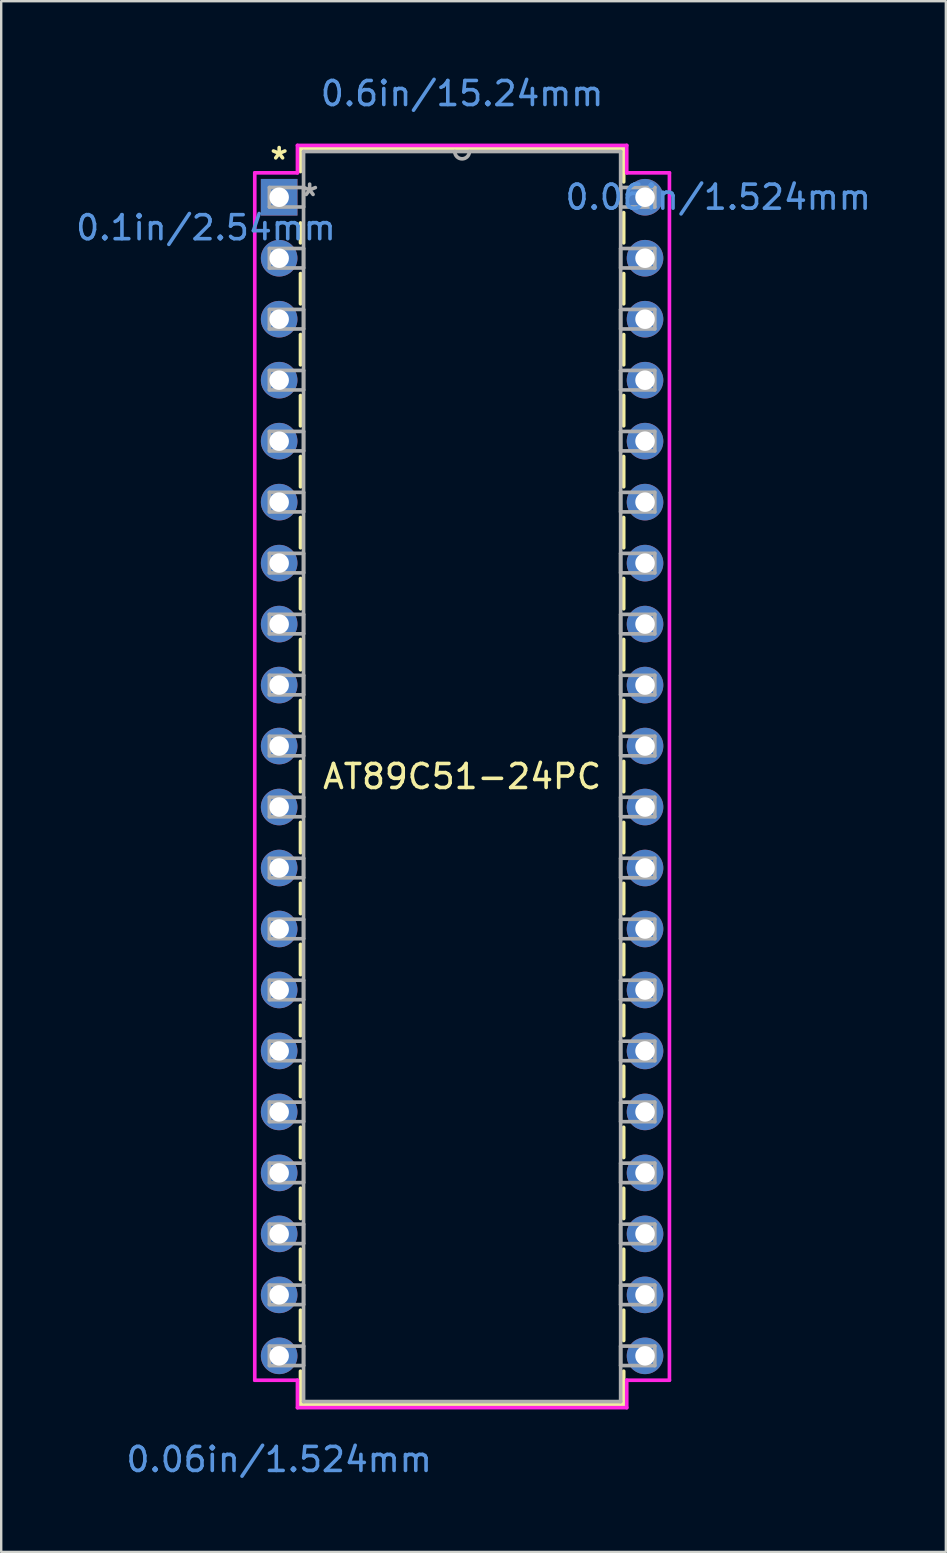
<source format=kicad_pcb>
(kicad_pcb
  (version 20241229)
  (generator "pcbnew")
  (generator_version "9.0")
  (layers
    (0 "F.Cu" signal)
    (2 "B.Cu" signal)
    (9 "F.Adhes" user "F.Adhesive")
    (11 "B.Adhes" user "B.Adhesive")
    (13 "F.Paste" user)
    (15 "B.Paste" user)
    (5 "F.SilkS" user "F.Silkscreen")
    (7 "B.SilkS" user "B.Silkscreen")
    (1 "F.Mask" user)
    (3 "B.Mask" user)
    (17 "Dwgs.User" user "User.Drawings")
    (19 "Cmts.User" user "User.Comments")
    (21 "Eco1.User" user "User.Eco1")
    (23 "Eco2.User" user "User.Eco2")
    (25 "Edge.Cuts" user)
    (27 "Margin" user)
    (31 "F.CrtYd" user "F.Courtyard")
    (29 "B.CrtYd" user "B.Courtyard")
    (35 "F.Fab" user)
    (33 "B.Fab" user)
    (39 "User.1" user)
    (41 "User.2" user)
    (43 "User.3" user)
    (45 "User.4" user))
  (footprint "AT89C51-24PC"
    (layer "F.Cu")
    (at 8.578 5.166)
    (property "Reference" "AT89C51-24PC" (at 7.62 24.13 0) (layer "F.SilkS") (effects (font (size 1 1) (thickness 0.15))))
    (attr through_hole)
    (fp_line (start 0.889 -2.032) (end 0.889 -1.07) (stroke (width 0.152) (type solid)) (layer "F.SilkS"))
    (fp_line (start 0.889 1.07) (end 0.889 1.901) (stroke (width 0.152) (type solid)) (layer "F.SilkS"))
    (fp_line (start 0.889 3.179) (end 0.889 4.441) (stroke (width 0.152) (type solid)) (layer "F.SilkS"))
    (fp_line (start 0.889 5.719) (end 0.889 6.981) (stroke (width 0.152) (type solid)) (layer "F.SilkS"))
    (fp_line (start 0.889 8.259) (end 0.889 9.521) (stroke (width 0.152) (type solid)) (layer "F.SilkS"))
    (fp_line (start 0.889 10.799) (end 0.889 12.061) (stroke (width 0.152) (type solid)) (layer "F.SilkS"))
    (fp_line (start 0.889 13.339) (end 0.889 14.601) (stroke (width 0.152) (type solid)) (layer "F.SilkS"))
    (fp_line (start 0.889 15.879) (end 0.889 17.141) (stroke (width 0.152) (type solid)) (layer "F.SilkS"))
    (fp_line (start 0.889 18.419) (end 0.889 19.681) (stroke (width 0.152) (type solid)) (layer "F.SilkS"))
    (fp_line (start 0.889 20.959) (end 0.889 22.221) (stroke (width 0.152) (type solid)) (layer "F.SilkS"))
    (fp_line (start 0.889 23.499) (end 0.889 24.761) (stroke (width 0.152) (type solid)) (layer "F.SilkS"))
    (fp_line (start 0.889 26.039) (end 0.889 27.301) (stroke (width 0.152) (type solid)) (layer "F.SilkS"))
    (fp_line (start 0.889 28.579) (end 0.889 29.841) (stroke (width 0.152) (type solid)) (layer "F.SilkS"))
    (fp_line (start 0.889 31.119) (end 0.889 32.381) (stroke (width 0.152) (type solid)) (layer "F.SilkS"))
    (fp_line (start 0.889 33.659) (end 0.889 34.921) (stroke (width 0.152) (type solid)) (layer "F.SilkS"))
    (fp_line (start 0.889 36.199) (end 0.889 37.461) (stroke (width 0.152) (type solid)) (layer "F.SilkS"))
    (fp_line (start 0.889 38.739) (end 0.889 40.001) (stroke (width 0.152) (type solid)) (layer "F.SilkS"))
    (fp_line (start 0.889 41.279) (end 0.889 42.541) (stroke (width 0.152) (type solid)) (layer "F.SilkS"))
    (fp_line (start 0.889 43.819) (end 0.889 45.081) (stroke (width 0.152) (type solid)) (layer "F.SilkS"))
    (fp_line (start 0.889 46.359) (end 0.889 47.621) (stroke (width 0.152) (type solid)) (layer "F.SilkS"))
    (fp_line (start 0.889 48.899) (end 0.889 50.292) (stroke (width 0.152) (type solid)) (layer "F.SilkS"))
    (fp_line (start 0.889 50.292) (end 14.351 50.292) (stroke (width 0.152) (type solid)) (layer "F.SilkS"))
    (fp_line (start 14.351 -2.032) (end 0.889 -2.032) (stroke (width 0.152) (type solid)) (layer "F.SilkS"))
    (fp_line (start 14.351 -0.639) (end 14.351 -2.032) (stroke (width 0.152) (type solid)) (layer "F.SilkS"))
    (fp_line (start 14.351 1.901) (end 14.351 0.639) (stroke (width 0.152) (type solid)) (layer "F.SilkS"))
    (fp_line (start 14.351 4.441) (end 14.351 3.179) (stroke (width 0.152) (type solid)) (layer "F.SilkS"))
    (fp_line (start 14.351 6.981) (end 14.351 5.719) (stroke (width 0.152) (type solid)) (layer "F.SilkS"))
    (fp_line (start 14.351 9.521) (end 14.351 8.259) (stroke (width 0.152) (type solid)) (layer "F.SilkS"))
    (fp_line (start 14.351 12.061) (end 14.351 10.799) (stroke (width 0.152) (type solid)) (layer "F.SilkS"))
    (fp_line (start 14.351 14.601) (end 14.351 13.339) (stroke (width 0.152) (type solid)) (layer "F.SilkS"))
    (fp_line (start 14.351 17.141) (end 14.351 15.879) (stroke (width 0.152) (type solid)) (layer "F.SilkS"))
    (fp_line (start 14.351 19.681) (end 14.351 18.419) (stroke (width 0.152) (type solid)) (layer "F.SilkS"))
    (fp_line (start 14.351 22.221) (end 14.351 20.959) (stroke (width 0.152) (type solid)) (layer "F.SilkS"))
    (fp_line (start 14.351 24.761) (end 14.351 23.499) (stroke (width 0.152) (type solid)) (layer "F.SilkS"))
    (fp_line (start 14.351 27.301) (end 14.351 26.039) (stroke (width 0.152) (type solid)) (layer "F.SilkS"))
    (fp_line (start 14.351 29.841) (end 14.351 28.579) (stroke (width 0.152) (type solid)) (layer "F.SilkS"))
    (fp_line (start 14.351 32.381) (end 14.351 31.119) (stroke (width 0.152) (type solid)) (layer "F.SilkS"))
    (fp_line (start 14.351 34.921) (end 14.351 33.659) (stroke (width 0.152) (type solid)) (layer "F.SilkS"))
    (fp_line (start 14.351 37.461) (end 14.351 36.199) (stroke (width 0.152) (type solid)) (layer "F.SilkS"))
    (fp_line (start 14.351 40.001) (end 14.351 38.739) (stroke (width 0.152) (type solid)) (layer "F.SilkS"))
    (fp_line (start 14.351 42.541) (end 14.351 41.279) (stroke (width 0.152) (type solid)) (layer "F.SilkS"))
    (fp_line (start 14.351 45.081) (end 14.351 43.819) (stroke (width 0.152) (type solid)) (layer "F.SilkS"))
    (fp_line (start 14.351 47.621) (end 14.351 46.359) (stroke (width 0.152) (type solid)) (layer "F.SilkS"))
    (fp_line (start 14.351 50.292) (end 14.351 48.899) (stroke (width 0.152) (type solid)) (layer "F.SilkS"))
    (fp_line (start -1.016 -1.016) (end 0.762 -1.016) (stroke (width 0.152) (type solid)) (layer "F.CrtYd"))
    (fp_line (start -1.016 49.276) (end -1.016 -1.016) (stroke (width 0.152) (type solid)) (layer "F.CrtYd"))
    (fp_line (start 0.762 -2.159) (end 14.478 -2.159) (stroke (width 0.152) (type solid)) (layer "F.CrtYd"))
    (fp_line (start 0.762 -1.016) (end 0.762 -2.159) (stroke (width 0.152) (type solid)) (layer "F.CrtYd"))
    (fp_line (start 0.762 49.276) (end -1.016 49.276) (stroke (width 0.152) (type solid)) (layer "F.CrtYd"))
    (fp_line (start 0.762 50.419) (end 0.762 49.276) (stroke (width 0.152) (type solid)) (layer "F.CrtYd"))
    (fp_line (start 14.478 -2.159) (end 14.478 -1.016) (stroke (width 0.152) (type solid)) (layer "F.CrtYd"))
    (fp_line (start 14.478 49.276) (end 14.478 50.419) (stroke (width 0.152) (type solid)) (layer "F.CrtYd"))
    (fp_line (start 14.478 50.419) (end 0.762 50.419) (stroke (width 0.152) (type solid)) (layer "F.CrtYd"))
    (fp_line (start 16.256 -1.016) (end 14.478 -1.016) (stroke (width 0.152) (type solid)) (layer "F.CrtYd"))
    (fp_line (start 16.256 -1.016) (end 16.256 49.276) (stroke (width 0.152) (type solid)) (layer "F.CrtYd"))
    (fp_line (start 16.256 49.276) (end 14.478 49.276) (stroke (width 0.152) (type solid)) (layer "F.CrtYd"))
    (fp_line (start -0.406 -0.406) (end -0.406 0.406) (stroke (width 0.152) (type solid)) (layer "F.Fab"))
    (fp_line (start -0.406 0.406) (end 1.016 0.406) (stroke (width 0.152) (type solid)) (layer "F.Fab"))
    (fp_line (start -0.406 2.134) (end -0.406 2.946) (stroke (width 0.152) (type solid)) (layer "F.Fab"))
    (fp_line (start -0.406 2.946) (end 1.016 2.946) (stroke (width 0.152) (type solid)) (layer "F.Fab"))
    (fp_line (start -0.406 4.674) (end -0.406 5.486) (stroke (width 0.152) (type solid)) (layer "F.Fab"))
    (fp_line (start -0.406 5.486) (end 1.016 5.486) (stroke (width 0.152) (type solid)) (layer "F.Fab"))
    (fp_line (start -0.406 7.214) (end -0.406 8.026) (stroke (width 0.152) (type solid)) (layer "F.Fab"))
    (fp_line (start -0.406 8.026) (end 1.016 8.026) (stroke (width 0.152) (type solid)) (layer "F.Fab"))
    (fp_line (start -0.406 9.754) (end -0.406 10.566) (stroke (width 0.152) (type solid)) (layer "F.Fab"))
    (fp_line (start -0.406 10.566) (end 1.016 10.566) (stroke (width 0.152) (type solid)) (layer "F.Fab"))
    (fp_line (start -0.406 12.294) (end -0.406 13.106) (stroke (width 0.152) (type solid)) (layer "F.Fab"))
    (fp_line (start -0.406 13.106) (end 1.016 13.106) (stroke (width 0.152) (type solid)) (layer "F.Fab"))
    (fp_line (start -0.406 14.834) (end -0.406 15.646) (stroke (width 0.152) (type solid)) (layer "F.Fab"))
    (fp_line (start -0.406 15.646) (end 1.016 15.646) (stroke (width 0.152) (type solid)) (layer "F.Fab"))
    (fp_line (start -0.406 17.374) (end -0.406 18.186) (stroke (width 0.152) (type solid)) (layer "F.Fab"))
    (fp_line (start -0.406 18.186) (end 1.016 18.186) (stroke (width 0.152) (type solid)) (layer "F.Fab"))
    (fp_line (start -0.406 19.914) (end -0.406 20.726) (stroke (width 0.152) (type solid)) (layer "F.Fab"))
    (fp_line (start -0.406 20.726) (end 1.016 20.726) (stroke (width 0.152) (type solid)) (layer "F.Fab"))
    (fp_line (start -0.406 22.454) (end -0.406 23.266) (stroke (width 0.152) (type solid)) (layer "F.Fab"))
    (fp_line (start -0.406 23.266) (end 1.016 23.266) (stroke (width 0.152) (type solid)) (layer "F.Fab"))
    (fp_line (start -0.406 24.994) (end -0.406 25.806) (stroke (width 0.152) (type solid)) (layer "F.Fab"))
    (fp_line (start -0.406 25.806) (end 1.016 25.806) (stroke (width 0.152) (type solid)) (layer "F.Fab"))
    (fp_line (start -0.406 27.534) (end -0.406 28.346) (stroke (width 0.152) (type solid)) (layer "F.Fab"))
    (fp_line (start -0.406 28.346) (end 1.016 28.346) (stroke (width 0.152) (type solid)) (layer "F.Fab"))
    (fp_line (start -0.406 30.074) (end -0.406 30.886) (stroke (width 0.152) (type solid)) (layer "F.Fab"))
    (fp_line (start -0.406 30.886) (end 1.016 30.886) (stroke (width 0.152) (type solid)) (layer "F.Fab"))
    (fp_line (start -0.406 32.614) (end -0.406 33.426) (stroke (width 0.152) (type solid)) (layer "F.Fab"))
    (fp_line (start -0.406 33.426) (end 1.016 33.426) (stroke (width 0.152) (type solid)) (layer "F.Fab"))
    (fp_line (start -0.406 35.154) (end -0.406 35.966) (stroke (width 0.152) (type solid)) (layer "F.Fab"))
    (fp_line (start -0.406 35.966) (end 1.016 35.966) (stroke (width 0.152) (type solid)) (layer "F.Fab"))
    (fp_line (start -0.406 37.694) (end -0.406 38.506) (stroke (width 0.152) (type solid)) (layer "F.Fab"))
    (fp_line (start -0.406 38.506) (end 1.016 38.506) (stroke (width 0.152) (type solid)) (layer "F.Fab"))
    (fp_line (start -0.406 40.234) (end -0.406 41.046) (stroke (width 0.152) (type solid)) (layer "F.Fab"))
    (fp_line (start -0.406 41.046) (end 1.016 41.046) (stroke (width 0.152) (type solid)) (layer "F.Fab"))
    (fp_line (start -0.406 42.774) (end -0.406 43.586) (stroke (width 0.152) (type solid)) (layer "F.Fab"))
    (fp_line (start -0.406 43.586) (end 1.016 43.586) (stroke (width 0.152) (type solid)) (layer "F.Fab"))
    (fp_line (start -0.406 45.314) (end -0.406 46.126) (stroke (width 0.152) (type solid)) (layer "F.Fab"))
    (fp_line (start -0.406 46.126) (end 1.016 46.126) (stroke (width 0.152) (type solid)) (layer "F.Fab"))
    (fp_line (start -0.406 47.854) (end -0.406 48.666) (stroke (width 0.152) (type solid)) (layer "F.Fab"))
    (fp_line (start -0.406 48.666) (end 1.016 48.666) (stroke (width 0.152) (type solid)) (layer "F.Fab"))
    (fp_line (start 1.016 -1.905) (end 1.016 50.165) (stroke (width 0.152) (type solid)) (layer "F.Fab"))
    (fp_line (start 1.016 -0.406) (end -0.406 -0.406) (stroke (width 0.152) (type solid)) (layer "F.Fab"))
    (fp_line (start 1.016 0.406) (end 1.016 -0.406) (stroke (width 0.152) (type solid)) (layer "F.Fab"))
    (fp_line (start 1.016 2.134) (end -0.406 2.134) (stroke (width 0.152) (type solid)) (layer "F.Fab"))
    (fp_line (start 1.016 2.946) (end 1.016 2.134) (stroke (width 0.152) (type solid)) (layer "F.Fab"))
    (fp_line (start 1.016 4.674) (end -0.406 4.674) (stroke (width 0.152) (type solid)) (layer "F.Fab"))
    (fp_line (start 1.016 5.486) (end 1.016 4.674) (stroke (width 0.152) (type solid)) (layer "F.Fab"))
    (fp_line (start 1.016 7.214) (end -0.406 7.214) (stroke (width 0.152) (type solid)) (layer "F.Fab"))
    (fp_line (start 1.016 8.026) (end 1.016 7.214) (stroke (width 0.152) (type solid)) (layer "F.Fab"))
    (fp_line (start 1.016 9.754) (end -0.406 9.754) (stroke (width 0.152) (type solid)) (layer "F.Fab"))
    (fp_line (start 1.016 10.566) (end 1.016 9.754) (stroke (width 0.152) (type solid)) (layer "F.Fab"))
    (fp_line (start 1.016 12.294) (end -0.406 12.294) (stroke (width 0.152) (type solid)) (layer "F.Fab"))
    (fp_line (start 1.016 13.106) (end 1.016 12.294) (stroke (width 0.152) (type solid)) (layer "F.Fab"))
    (fp_line (start 1.016 14.834) (end -0.406 14.834) (stroke (width 0.152) (type solid)) (layer "F.Fab"))
    (fp_line (start 1.016 15.646) (end 1.016 14.834) (stroke (width 0.152) (type solid)) (layer "F.Fab"))
    (fp_line (start 1.016 17.374) (end -0.406 17.374) (stroke (width 0.152) (type solid)) (layer "F.Fab"))
    (fp_line (start 1.016 18.186) (end 1.016 17.374) (stroke (width 0.152) (type solid)) (layer "F.Fab"))
    (fp_line (start 1.016 19.914) (end -0.406 19.914) (stroke (width 0.152) (type solid)) (layer "F.Fab"))
    (fp_line (start 1.016 20.726) (end 1.016 19.914) (stroke (width 0.152) (type solid)) (layer "F.Fab"))
    (fp_line (start 1.016 22.454) (end -0.406 22.454) (stroke (width 0.152) (type solid)) (layer "F.Fab"))
    (fp_line (start 1.016 23.266) (end 1.016 22.454) (stroke (width 0.152) (type solid)) (layer "F.Fab"))
    (fp_line (start 1.016 24.994) (end -0.406 24.994) (stroke (width 0.152) (type solid)) (layer "F.Fab"))
    (fp_line (start 1.016 25.806) (end 1.016 24.994) (stroke (width 0.152) (type solid)) (layer "F.Fab"))
    (fp_line (start 1.016 27.534) (end -0.406 27.534) (stroke (width 0.152) (type solid)) (layer "F.Fab"))
    (fp_line (start 1.016 28.346) (end 1.016 27.534) (stroke (width 0.152) (type solid)) (layer "F.Fab"))
    (fp_line (start 1.016 30.074) (end -0.406 30.074) (stroke (width 0.152) (type solid)) (layer "F.Fab"))
    (fp_line (start 1.016 30.886) (end 1.016 30.074) (stroke (width 0.152) (type solid)) (layer "F.Fab"))
    (fp_line (start 1.016 32.614) (end -0.406 32.614) (stroke (width 0.152) (type solid)) (layer "F.Fab"))
    (fp_line (start 1.016 33.426) (end 1.016 32.614) (stroke (width 0.152) (type solid)) (layer "F.Fab"))
    (fp_line (start 1.016 35.154) (end -0.406 35.154) (stroke (width 0.152) (type solid)) (layer "F.Fab"))
    (fp_line (start 1.016 35.966) (end 1.016 35.154) (stroke (width 0.152) (type solid)) (layer "F.Fab"))
    (fp_line (start 1.016 37.694) (end -0.406 37.694) (stroke (width 0.152) (type solid)) (layer "F.Fab"))
    (fp_line (start 1.016 38.506) (end 1.016 37.694) (stroke (width 0.152) (type solid)) (layer "F.Fab"))
    (fp_line (start 1.016 40.234) (end -0.406 40.234) (stroke (width 0.152) (type solid)) (layer "F.Fab"))
    (fp_line (start 1.016 41.046) (end 1.016 40.234) (stroke (width 0.152) (type solid)) (layer "F.Fab"))
    (fp_line (start 1.016 42.774) (end -0.406 42.774) (stroke (width 0.152) (type solid)) (layer "F.Fab"))
    (fp_line (start 1.016 43.586) (end 1.016 42.774) (stroke (width 0.152) (type solid)) (layer "F.Fab"))
    (fp_line (start 1.016 45.314) (end -0.406 45.314) (stroke (width 0.152) (type solid)) (layer "F.Fab"))
    (fp_line (start 1.016 46.126) (end 1.016 45.314) (stroke (width 0.152) (type solid)) (layer "F.Fab"))
    (fp_line (start 1.016 47.854) (end -0.406 47.854) (stroke (width 0.152) (type solid)) (layer "F.Fab"))
    (fp_line (start 1.016 48.666) (end 1.016 47.854) (stroke (width 0.152) (type solid)) (layer "F.Fab"))
    (fp_line (start 1.016 50.165) (end 14.224 50.165) (stroke (width 0.152) (type solid)) (layer "F.Fab"))
    (fp_line (start 14.224 -1.905) (end 1.016 -1.905) (stroke (width 0.152) (type solid)) (layer "F.Fab"))
    (fp_line (start 14.224 -0.406) (end 14.224 0.406) (stroke (width 0.152) (type solid)) (layer "F.Fab"))
    (fp_line (start 14.224 0.406) (end 15.646 0.406) (stroke (width 0.152) (type solid)) (layer "F.Fab"))
    (fp_line (start 14.224 2.134) (end 14.224 2.946) (stroke (width 0.152) (type solid)) (layer "F.Fab"))
    (fp_line (start 14.224 2.946) (end 15.646 2.946) (stroke (width 0.152) (type solid)) (layer "F.Fab"))
    (fp_line (start 14.224 4.674) (end 14.224 5.486) (stroke (width 0.152) (type solid)) (layer "F.Fab"))
    (fp_line (start 14.224 5.486) (end 15.646 5.486) (stroke (width 0.152) (type solid)) (layer "F.Fab"))
    (fp_line (start 14.224 7.214) (end 14.224 8.026) (stroke (width 0.152) (type solid)) (layer "F.Fab"))
    (fp_line (start 14.224 8.026) (end 15.646 8.026) (stroke (width 0.152) (type solid)) (layer "F.Fab"))
    (fp_line (start 14.224 9.754) (end 14.224 10.566) (stroke (width 0.152) (type solid)) (layer "F.Fab"))
    (fp_line (start 14.224 10.566) (end 15.646 10.566) (stroke (width 0.152) (type solid)) (layer "F.Fab"))
    (fp_line (start 14.224 12.294) (end 14.224 13.106) (stroke (width 0.152) (type solid)) (layer "F.Fab"))
    (fp_line (start 14.224 13.106) (end 15.646 13.106) (stroke (width 0.152) (type solid)) (layer "F.Fab"))
    (fp_line (start 14.224 14.834) (end 14.224 15.646) (stroke (width 0.152) (type solid)) (layer "F.Fab"))
    (fp_line (start 14.224 15.646) (end 15.646 15.646) (stroke (width 0.152) (type solid)) (layer "F.Fab"))
    (fp_line (start 14.224 17.374) (end 14.224 18.186) (stroke (width 0.152) (type solid)) (layer "F.Fab"))
    (fp_line (start 14.224 18.186) (end 15.646 18.186) (stroke (width 0.152) (type solid)) (layer "F.Fab"))
    (fp_line (start 14.224 19.914) (end 14.224 20.726) (stroke (width 0.152) (type solid)) (layer "F.Fab"))
    (fp_line (start 14.224 20.726) (end 15.646 20.726) (stroke (width 0.152) (type solid)) (layer "F.Fab"))
    (fp_line (start 14.224 22.454) (end 14.224 23.266) (stroke (width 0.152) (type solid)) (layer "F.Fab"))
    (fp_line (start 14.224 23.266) (end 15.646 23.266) (stroke (width 0.152) (type solid)) (layer "F.Fab"))
    (fp_line (start 14.224 24.994) (end 14.224 25.806) (stroke (width 0.152) (type solid)) (layer "F.Fab"))
    (fp_line (start 14.224 25.806) (end 15.646 25.806) (stroke (width 0.152) (type solid)) (layer "F.Fab"))
    (fp_line (start 14.224 27.534) (end 14.224 28.346) (stroke (width 0.152) (type solid)) (layer "F.Fab"))
    (fp_line (start 14.224 28.346) (end 15.646 28.346) (stroke (width 0.152) (type solid)) (layer "F.Fab"))
    (fp_line (start 14.224 30.074) (end 14.224 30.886) (stroke (width 0.152) (type solid)) (layer "F.Fab"))
    (fp_line (start 14.224 30.886) (end 15.646 30.886) (stroke (width 0.152) (type solid)) (layer "F.Fab"))
    (fp_line (start 14.224 32.614) (end 14.224 33.426) (stroke (width 0.152) (type solid)) (layer "F.Fab"))
    (fp_line (start 14.224 33.426) (end 15.646 33.426) (stroke (width 0.152) (type solid)) (layer "F.Fab"))
    (fp_line (start 14.224 35.154) (end 14.224 35.966) (stroke (width 0.152) (type solid)) (layer "F.Fab"))
    (fp_line (start 14.224 35.966) (end 15.646 35.966) (stroke (width 0.152) (type solid)) (layer "F.Fab"))
    (fp_line (start 14.224 37.694) (end 14.224 38.506) (stroke (width 0.152) (type solid)) (layer "F.Fab"))
    (fp_line (start 14.224 38.506) (end 15.646 38.506) (stroke (width 0.152) (type solid)) (layer "F.Fab"))
    (fp_line (start 14.224 40.234) (end 14.224 41.046) (stroke (width 0.152) (type solid)) (layer "F.Fab"))
    (fp_line (start 14.224 41.046) (end 15.646 41.046) (stroke (width 0.152) (type solid)) (layer "F.Fab"))
    (fp_line (start 14.224 42.774) (end 14.224 43.586) (stroke (width 0.152) (type solid)) (layer "F.Fab"))
    (fp_line (start 14.224 43.586) (end 15.646 43.586) (stroke (width 0.152) (type solid)) (layer "F.Fab"))
    (fp_line (start 14.224 45.314) (end 14.224 46.126) (stroke (width 0.152) (type solid)) (layer "F.Fab"))
    (fp_line (start 14.224 46.126) (end 15.646 46.126) (stroke (width 0.152) (type solid)) (layer "F.Fab"))
    (fp_line (start 14.224 47.854) (end 14.224 48.666) (stroke (width 0.152) (type solid)) (layer "F.Fab"))
    (fp_line (start 14.224 48.666) (end 15.646 48.666) (stroke (width 0.152) (type solid)) (layer "F.Fab"))
    (fp_line (start 14.224 50.165) (end 14.224 -1.905) (stroke (width 0.152) (type solid)) (layer "F.Fab"))
    (fp_line (start 15.646 -0.406) (end 14.224 -0.406) (stroke (width 0.152) (type solid)) (layer "F.Fab"))
    (fp_line (start 15.646 0.406) (end 15.646 -0.406) (stroke (width 0.152) (type solid)) (layer "F.Fab"))
    (fp_line (start 15.646 2.134) (end 14.224 2.134) (stroke (width 0.152) (type solid)) (layer "F.Fab"))
    (fp_line (start 15.646 2.946) (end 15.646 2.134) (stroke (width 0.152) (type solid)) (layer "F.Fab"))
    (fp_line (start 15.646 4.674) (end 14.224 4.674) (stroke (width 0.152) (type solid)) (layer "F.Fab"))
    (fp_line (start 15.646 5.486) (end 15.646 4.674) (stroke (width 0.152) (type solid)) (layer "F.Fab"))
    (fp_line (start 15.646 7.214) (end 14.224 7.214) (stroke (width 0.152) (type solid)) (layer "F.Fab"))
    (fp_line (start 15.646 8.026) (end 15.646 7.214) (stroke (width 0.152) (type solid)) (layer "F.Fab"))
    (fp_line (start 15.646 9.754) (end 14.224 9.754) (stroke (width 0.152) (type solid)) (layer "F.Fab"))
    (fp_line (start 15.646 10.566) (end 15.646 9.754) (stroke (width 0.152) (type solid)) (layer "F.Fab"))
    (fp_line (start 15.646 12.294) (end 14.224 12.294) (stroke (width 0.152) (type solid)) (layer "F.Fab"))
    (fp_line (start 15.646 13.106) (end 15.646 12.294) (stroke (width 0.152) (type solid)) (layer "F.Fab"))
    (fp_line (start 15.646 14.834) (end 14.224 14.834) (stroke (width 0.152) (type solid)) (layer "F.Fab"))
    (fp_line (start 15.646 15.646) (end 15.646 14.834) (stroke (width 0.152) (type solid)) (layer "F.Fab"))
    (fp_line (start 15.646 17.374) (end 14.224 17.374) (stroke (width 0.152) (type solid)) (layer "F.Fab"))
    (fp_line (start 15.646 18.186) (end 15.646 17.374) (stroke (width 0.152) (type solid)) (layer "F.Fab"))
    (fp_line (start 15.646 19.914) (end 14.224 19.914) (stroke (width 0.152) (type solid)) (layer "F.Fab"))
    (fp_line (start 15.646 20.726) (end 15.646 19.914) (stroke (width 0.152) (type solid)) (layer "F.Fab"))
    (fp_line (start 15.646 22.454) (end 14.224 22.454) (stroke (width 0.152) (type solid)) (layer "F.Fab"))
    (fp_line (start 15.646 23.266) (end 15.646 22.454) (stroke (width 0.152) (type solid)) (layer "F.Fab"))
    (fp_line (start 15.646 24.994) (end 14.224 24.994) (stroke (width 0.152) (type solid)) (layer "F.Fab"))
    (fp_line (start 15.646 25.806) (end 15.646 24.994) (stroke (width 0.152) (type solid)) (layer "F.Fab"))
    (fp_line (start 15.646 27.534) (end 14.224 27.534) (stroke (width 0.152) (type solid)) (layer "F.Fab"))
    (fp_line (start 15.646 28.346) (end 15.646 27.534) (stroke (width 0.152) (type solid)) (layer "F.Fab"))
    (fp_line (start 15.646 30.074) (end 14.224 30.074) (stroke (width 0.152) (type solid)) (layer "F.Fab"))
    (fp_line (start 15.646 30.886) (end 15.646 30.074) (stroke (width 0.152) (type solid)) (layer "F.Fab"))
    (fp_line (start 15.646 32.614) (end 14.224 32.614) (stroke (width 0.152) (type solid)) (layer "F.Fab"))
    (fp_line (start 15.646 33.426) (end 15.646 32.614) (stroke (width 0.152) (type solid)) (layer "F.Fab"))
    (fp_line (start 15.646 35.154) (end 14.224 35.154) (stroke (width 0.152) (type solid)) (layer "F.Fab"))
    (fp_line (start 15.646 35.966) (end 15.646 35.154) (stroke (width 0.152) (type solid)) (layer "F.Fab"))
    (fp_line (start 15.646 37.694) (end 14.224 37.694) (stroke (width 0.152) (type solid)) (layer "F.Fab"))
    (fp_line (start 15.646 38.506) (end 15.646 37.694) (stroke (width 0.152) (type solid)) (layer "F.Fab"))
    (fp_line (start 15.646 40.234) (end 14.224 40.234) (stroke (width 0.152) (type solid)) (layer "F.Fab"))
    (fp_line (start 15.646 41.046) (end 15.646 40.234) (stroke (width 0.152) (type solid)) (layer "F.Fab"))
    (fp_line (start 15.646 42.774) (end 14.224 42.774) (stroke (width 0.152) (type solid)) (layer "F.Fab"))
    (fp_line (start 15.646 43.586) (end 15.646 42.774) (stroke (width 0.152) (type solid)) (layer "F.Fab"))
    (fp_line (start 15.646 45.314) (end 14.224 45.314) (stroke (width 0.152) (type solid)) (layer "F.Fab"))
    (fp_line (start 15.646 46.126) (end 15.646 45.314) (stroke (width 0.152) (type solid)) (layer "F.Fab"))
    (fp_line (start 15.646 47.854) (end 14.224 47.854) (stroke (width 0.152) (type solid)) (layer "F.Fab"))
    (fp_line (start 15.646 48.666) (end 15.646 47.854) (stroke (width 0.152) (type solid)) (layer "F.Fab"))
    (fp_arc (start 7.9248 -1.905) (mid 7.62 -1.6002) (end 7.3152 -1.905) (stroke (width 0.1524) (type solid)) (layer "F.Fab"))
    (fp_text user "*" (at 0 -1.524 0) (layer "F.SilkS") (effects (font (size 1 1) (thickness 0.15))))
    (fp_text user "0.1in/2.54mm" (at -3.048 1.27 0) (layer "Cmts.User") (effects (font (size 1 1) (thickness 0.15))))
    (fp_text user "0.06in/1.524mm" (at 18.288 0 0) (layer "Cmts.User") (effects (font (size 1 1) (thickness 0.15))))
    (fp_text user "0.06in/1.524mm" (at 0 52.578 0) (layer "Cmts.User") (effects (font (size 1 1) (thickness 0.15))))
    (fp_text user "Copyright 2016 Accelerated Designs. All rights reserved." (at 0 0 0) (layer "Cmts.User") (effects (font (size 0.127 0.127) (thickness 0.002))))
    (fp_text user "0.6in/15.24mm" (at 7.62 -4.318 0) (layer "Cmts.User") (effects (font (size 1 1) (thickness 0.15))))
    (fp_text user "*" (at 1.27 0 0) (layer "F.Fab") (effects (font (size 1 1) (thickness 0.15))))
    (pad "1" thru_hole rect (at 0 0) (size 1.524 1.524) (drill 0.813) (layers "*.Cu" "*.Mask"))
    (pad "2" thru_hole circle (at 0 2.54) (size 1.524 1.524) (drill 0.813) (layers "*.Cu" "*.Mask"))
    (pad "3" thru_hole circle (at 0 5.08) (size 1.524 1.524) (drill 0.813) (layers "*.Cu" "*.Mask"))
    (pad "4" thru_hole circle (at 0 7.62) (size 1.524 1.524) (drill 0.813) (layers "*.Cu" "*.Mask"))
    (pad "5" thru_hole circle (at 0 10.16) (size 1.524 1.524) (drill 0.813) (layers "*.Cu" "*.Mask"))
    (pad "6" thru_hole circle (at 0 12.7) (size 1.524 1.524) (drill 0.813) (layers "*.Cu" "*.Mask"))
    (pad "7" thru_hole circle (at 0 15.24) (size 1.524 1.524) (drill 0.813) (layers "*.Cu" "*.Mask"))
    (pad "8" thru_hole circle (at 0 17.78) (size 1.524 1.524) (drill 0.813) (layers "*.Cu" "*.Mask"))
    (pad "9" thru_hole circle (at 0 20.32) (size 1.524 1.524) (drill 0.813) (layers "*.Cu" "*.Mask"))
    (pad "10" thru_hole circle (at 0 22.86) (size 1.524 1.524) (drill 0.813) (layers "*.Cu" "*.Mask"))
    (pad "11" thru_hole circle (at 0 25.4) (size 1.524 1.524) (drill 0.813) (layers "*.Cu" "*.Mask"))
    (pad "12" thru_hole circle (at 0 27.94) (size 1.524 1.524) (drill 0.813) (layers "*.Cu" "*.Mask"))
    (pad "13" thru_hole circle (at 0 30.48) (size 1.524 1.524) (drill 0.813) (layers "*.Cu" "*.Mask"))
    (pad "14" thru_hole circle (at 0 33.02) (size 1.524 1.524) (drill 0.813) (layers "*.Cu" "*.Mask"))
    (pad "15" thru_hole circle (at 0 35.56) (size 1.524 1.524) (drill 0.813) (layers "*.Cu" "*.Mask"))
    (pad "16" thru_hole circle (at 0 38.1) (size 1.524 1.524) (drill 0.813) (layers "*.Cu" "*.Mask"))
    (pad "17" thru_hole circle (at 0 40.64) (size 1.524 1.524) (drill 0.813) (layers "*.Cu" "*.Mask"))
    (pad "18" thru_hole circle (at 0 43.18) (size 1.524 1.524) (drill 0.813) (layers "*.Cu" "*.Mask"))
    (pad "19" thru_hole circle (at 0 45.72) (size 1.524 1.524) (drill 0.813) (layers "*.Cu" "*.Mask"))
    (pad "20" thru_hole circle (at 0 48.26) (size 1.524 1.524) (drill 0.813) (layers "*.Cu" "*.Mask"))
    (pad "21" thru_hole circle (at 15.24 48.26) (size 1.524 1.524) (drill 0.813) (layers "*.Cu" "*.Mask"))
    (pad "22" thru_hole circle (at 15.24 45.72) (size 1.524 1.524) (drill 0.813) (layers "*.Cu" "*.Mask"))
    (pad "23" thru_hole circle (at 15.24 43.18) (size 1.524 1.524) (drill 0.813) (layers "*.Cu" "*.Mask"))
    (pad "24" thru_hole circle (at 15.24 40.64) (size 1.524 1.524) (drill 0.813) (layers "*.Cu" "*.Mask"))
    (pad "25" thru_hole circle (at 15.24 38.1) (size 1.524 1.524) (drill 0.813) (layers "*.Cu" "*.Mask"))
    (pad "26" thru_hole circle (at 15.24 35.56) (size 1.524 1.524) (drill 0.813) (layers "*.Cu" "*.Mask"))
    (pad "27" thru_hole circle (at 15.24 33.02) (size 1.524 1.524) (drill 0.813) (layers "*.Cu" "*.Mask"))
    (pad "28" thru_hole circle (at 15.24 30.48) (size 1.524 1.524) (drill 0.813) (layers "*.Cu" "*.Mask"))
    (pad "29" thru_hole circle (at 15.24 27.94) (size 1.524 1.524) (drill 0.813) (layers "*.Cu" "*.Mask"))
    (pad "30" thru_hole circle (at 15.24 25.4) (size 1.524 1.524) (drill 0.813) (layers "*.Cu" "*.Mask"))
    (pad "31" thru_hole circle (at 15.24 22.86) (size 1.524 1.524) (drill 0.813) (layers "*.Cu" "*.Mask"))
    (pad "32" thru_hole circle (at 15.24 20.32) (size 1.524 1.524) (drill 0.813) (layers "*.Cu" "*.Mask"))
    (pad "33" thru_hole circle (at 15.24 17.78) (size 1.524 1.524) (drill 0.813) (layers "*.Cu" "*.Mask"))
    (pad "34" thru_hole circle (at 15.24 15.24) (size 1.524 1.524) (drill 0.813) (layers "*.Cu" "*.Mask"))
    (pad "35" thru_hole circle (at 15.24 12.7) (size 1.524 1.524) (drill 0.813) (layers "*.Cu" "*.Mask"))
    (pad "36" thru_hole circle (at 15.24 10.16) (size 1.524 1.524) (drill 0.813) (layers "*.Cu" "*.Mask"))
    (pad "37" thru_hole circle (at 15.24 7.62) (size 1.524 1.524) (drill 0.813) (layers "*.Cu" "*.Mask"))
    (pad "38" thru_hole circle (at 15.24 5.08) (size 1.524 1.524) (drill 0.813) (layers "*.Cu" "*.Mask"))
    (pad "39" thru_hole circle (at 15.24 2.54) (size 1.524 1.524) (drill 0.813) (layers "*.Cu" "*.Mask"))
    (pad "40" thru_hole circle (at 15.24 0) (size 1.524 1.524) (drill 0.813) (layers "*.Cu" "*.Mask")))
  (gr_rect
    (start -3 -3)
    (end 36.348 61.593)
    (stroke (width 0.1) (type default))
    (fill no)
    (layer "Edge.Cuts")))
</source>
